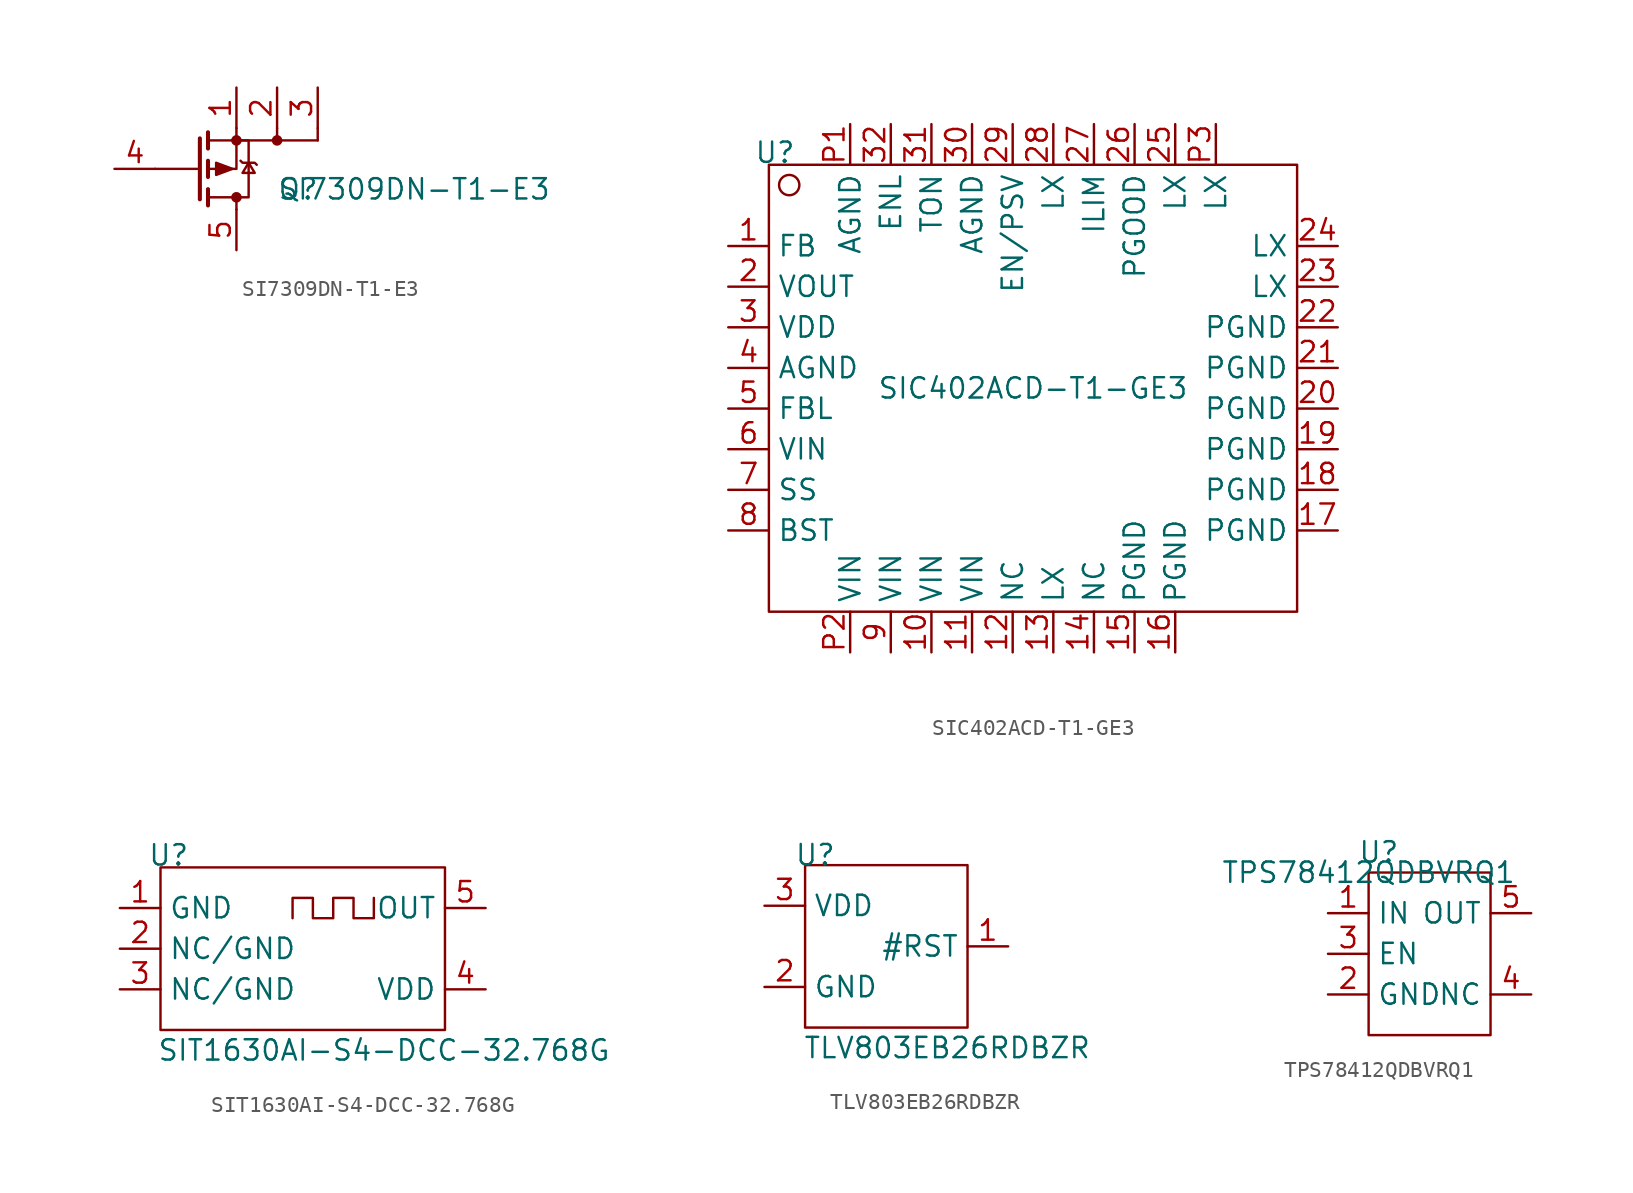
<source format=kicad_sym>
(kicad_symbol_lib
  (version 20231120)
  (generator "kicad_symbol_editor")
  (generator_version "7.99")
  (symbol "SI7309DN-T1-E3"
    (pin_names
      (offset 0) hide)
    (property "Reference" "Q"
      (at 5.08 -1.27 0)
      (effects (font (size 1.27 1.27)) (justify left)))
    (property "Value" "SI7309DN-T1-E3"
      (at 5.08 -1.27 0)
      (effects (font (size 1.27 1.27)) (justify left)))
    (symbol "SI7309DN-T1-E3_0_1"
      (polyline (pts (xy 0.254 -1.905) (xy 0.254 1.905)) (stroke (width 0.254) (type default)) (fill (type none)))
      (polyline (pts (xy 0.254 0) (xy -2.54 0)) (stroke (width 0) (type default)) (fill (type none)))
      (polyline (pts (xy 0.762 -2.286) (xy 0.762 -1.27)) (stroke (width 0.254) (type default)) (fill (type none)))
      (polyline (pts (xy 0.762 -0.508) (xy 0.762 0.508)) (stroke (width 0.254) (type default)) (fill (type none)))
      (polyline (pts (xy 0.762 1.27) (xy 0.762 2.286)) (stroke (width 0.254) (type default)) (fill (type none)))
      (polyline (pts (xy 2.54 -2.54) (xy 2.54 -1.778)) (stroke (width 0) (type default)) (fill (type none)))
      (polyline (pts (xy 2.54 1.778) (xy 7.62 1.778)) (stroke (width 0) (type default)) (fill (type none)))
      (polyline (pts (xy 5.08 2.54) (xy 5.08 1.778)) (stroke (width 0) (type default)) (fill (type none)))
      (polyline (pts (xy 7.62 2.54) (xy 7.62 1.778)) (stroke (width 0) (type default)) (fill (type none)))
      (polyline (pts (xy 2.54 2.54) (xy 2.54 0) (xy 0.762 0)) (stroke (width 0) (type default)) (fill (type none)))
      (polyline (pts (xy 0.762 -1.778) (xy 3.302 -1.778) (xy 3.302 1.778) (xy 0.762 1.778)) (stroke (width 0) (type default)) (fill (type none)))
      (polyline (pts (xy 2.286 0) (xy 1.27 -0.381) (xy 1.27 0.381) (xy 2.286 0)) (stroke (width 0) (type default)) (fill (type outline)))
      (polyline (pts (xy 2.794 0.508) (xy 2.921 0.381) (xy 3.683 0.381) (xy 3.81 0.254)) (stroke (width 0) (type default)) (fill (type none)))
      (polyline (pts (xy 3.302 0.381) (xy 2.921 -0.254) (xy 3.683 -0.254) (xy 3.302 0.381)) (stroke (width 0) (type default)) (fill (type none)))
      (circle (center 2.54 -1.778) (radius 0.254) (stroke (width 0) (type default)) (fill (type outline)))
      (circle (center 2.54 1.778) (radius 0.254) (stroke (width 0) (type default)) (fill (type outline)))
      (circle (center 5.08 1.778) (radius 0.254) (stroke (width 0) (type default)) (fill (type outline))))
    (symbol "SI7309DN-T1-E3_1_1"
      (pin passive line (at 2.54 5.08 270) (length 2.54) (name "1" (effects (font (size 1.27 1.27)))) (number "1" (effects (font (size 1.27 1.27)))))
      (pin passive line (at 5.08 5.08 270) (length 2.54) (name "2" (effects (font (size 1.27 1.27)))) (number "2" (effects (font (size 1.27 1.27)))))
      (pin passive line (at 7.62 5.08 270) (length 2.54) (name "3" (effects (font (size 1.27 1.27)))) (number "3" (effects (font (size 1.27 1.27)))))
      (pin input line (at -5.08 0 0) (length 2.54) (name "4" (effects (font (size 1.27 1.27)))) (number "4" (effects (font (size 1.27 1.27)))))
      (pin passive line (at 2.54 -5.08 90) (length 2.54) (name "5" (effects (font (size 1.27 1.27)))) (number "5" (effects (font (size 1.27 1.27)))))))
  (symbol "SIC402ACD-T1-GE3"
    (property "Reference" "U"
      (at 0.381 0.762 0)
      (effects (font (size 1.27 1.27))))
    (property "Value" "SIC402ACD-T1-GE3"
      (at 16.51 -13.97 0)
      (effects (font (size 1.27 1.27))))
    (symbol "SIC402ACD-T1-GE3_0_1"
      (rectangle (start 0 0) (end 33.02 -27.94) (stroke (width 0) (type default)) (fill (type none)))
      (circle (center 1.27 -1.27) (radius 0.635) (stroke (width 0) (type default)) (fill (type none))))
    (symbol "SIC402ACD-T1-GE3_1_1"
      (pin input line (at -2.54 -5.08 0) (length 2.54) (name "FB" (effects (font (size 1.27 1.27)))) (number "1" (effects (font (size 1.27 1.27)))))
      (pin input line (at 10.16 -30.48 90) (length 2.54) (name "VIN" (effects (font (size 1.27 1.27)))) (number "10" (effects (font (size 1.27 1.27)))))
      (pin input line (at 12.7 -30.48 90) (length 2.54) (name "VIN" (effects (font (size 1.27 1.27)))) (number "11" (effects (font (size 1.27 1.27)))))
      (pin input line (at 15.24 -30.48 90) (length 2.54) (name "NC" (effects (font (size 1.27 1.27)))) (number "12" (effects (font (size 1.27 1.27)))))
      (pin input line (at 17.78 -30.48 90) (length 2.54) (name "LX" (effects (font (size 1.27 1.27)))) (number "13" (effects (font (size 1.27 1.27)))))
      (pin input line (at 20.32 -30.48 90) (length 2.54) (name "NC" (effects (font (size 1.27 1.27)))) (number "14" (effects (font (size 1.27 1.27)))))
      (pin input line (at 22.86 -30.48 90) (length 2.54) (name "PGND" (effects (font (size 1.27 1.27)))) (number "15" (effects (font (size 1.27 1.27)))))
      (pin input line (at 25.4 -30.48 90) (length 2.54) (name "PGND" (effects (font (size 1.27 1.27)))) (number "16" (effects (font (size 1.27 1.27)))))
      (pin input line (at 35.56 -22.86 180) (length 2.54) (name "PGND" (effects (font (size 1.27 1.27)))) (number "17" (effects (font (size 1.27 1.27)))))
      (pin input line (at 35.56 -20.32 180) (length 2.54) (name "PGND" (effects (font (size 1.27 1.27)))) (number "18" (effects (font (size 1.27 1.27)))))
      (pin input line (at 35.56 -17.78 180) (length 2.54) (name "PGND" (effects (font (size 1.27 1.27)))) (number "19" (effects (font (size 1.27 1.27)))))
      (pin input line (at -2.54 -7.62 0) (length 2.54) (name "VOUT" (effects (font (size 1.27 1.27)))) (number "2" (effects (font (size 1.27 1.27)))))
      (pin input line (at 35.56 -15.24 180) (length 2.54) (name "PGND" (effects (font (size 1.27 1.27)))) (number "20" (effects (font (size 1.27 1.27)))))
      (pin input line (at 35.56 -12.7 180) (length 2.54) (name "PGND" (effects (font (size 1.27 1.27)))) (number "21" (effects (font (size 1.27 1.27)))))
      (pin input line (at 35.56 -10.16 180) (length 2.54) (name "PGND" (effects (font (size 1.27 1.27)))) (number "22" (effects (font (size 1.27 1.27)))))
      (pin input line (at 35.56 -7.62 180) (length 2.54) (name "LX" (effects (font (size 1.27 1.27)))) (number "23" (effects (font (size 1.27 1.27)))))
      (pin input line (at 35.56 -5.08 180) (length 2.54) (name "LX" (effects (font (size 1.27 1.27)))) (number "24" (effects (font (size 1.27 1.27)))))
      (pin input line (at 25.4 2.54 270) (length 2.54) (name "LX" (effects (font (size 1.27 1.27)))) (number "25" (effects (font (size 1.27 1.27)))))
      (pin input line (at 22.86 2.54 270) (length 2.54) (name "PGOOD" (effects (font (size 1.27 1.27)))) (number "26" (effects (font (size 1.27 1.27)))))
      (pin input line (at 20.32 2.54 270) (length 2.54) (name "ILIM" (effects (font (size 1.27 1.27)))) (number "27" (effects (font (size 1.27 1.27)))))
      (pin input line (at 17.78 2.54 270) (length 2.54) (name "LX" (effects (font (size 1.27 1.27)))) (number "28" (effects (font (size 1.27 1.27)))))
      (pin input line (at 15.24 2.54 270) (length 2.54) (name "EN/PSV" (effects (font (size 1.27 1.27)))) (number "29" (effects (font (size 1.27 1.27)))))
      (pin input line (at -2.54 -10.16 0) (length 2.54) (name "VDD" (effects (font (size 1.27 1.27)))) (number "3" (effects (font (size 1.27 1.27)))))
      (pin input line (at 12.7 2.54 270) (length 2.54) (name "AGND" (effects (font (size 1.27 1.27)))) (number "30" (effects (font (size 1.27 1.27)))))
      (pin input line (at 10.16 2.54 270) (length 2.54) (name "TON" (effects (font (size 1.27 1.27)))) (number "31" (effects (font (size 1.27 1.27)))))
      (pin input line (at 7.62 2.54 270) (length 2.54) (name "ENL" (effects (font (size 1.27 1.27)))) (number "32" (effects (font (size 1.27 1.27)))))
      (pin input line (at -2.54 -12.7 0) (length 2.54) (name "AGND" (effects (font (size 1.27 1.27)))) (number "4" (effects (font (size 1.27 1.27)))))
      (pin input line (at -2.54 -15.24 0) (length 2.54) (name "FBL" (effects (font (size 1.27 1.27)))) (number "5" (effects (font (size 1.27 1.27)))))
      (pin input line (at -2.54 -17.78 0) (length 2.54) (name "VIN" (effects (font (size 1.27 1.27)))) (number "6" (effects (font (size 1.27 1.27)))))
      (pin input line (at -2.54 -20.32 0) (length 2.54) (name "SS" (effects (font (size 1.27 1.27)))) (number "7" (effects (font (size 1.27 1.27)))))
      (pin input line (at -2.54 -22.86 0) (length 2.54) (name "BST" (effects (font (size 1.27 1.27)))) (number "8" (effects (font (size 1.27 1.27)))))
      (pin input line (at 7.62 -30.48 90) (length 2.54) (name "VIN" (effects (font (size 1.27 1.27)))) (number "9" (effects (font (size 1.27 1.27)))))
      (pin input line (at 5.08 2.54 270) (length 2.54) (name "AGND" (effects (font (size 1.27 1.27)))) (number "P1" (effects (font (size 1.27 1.27)))))
      (pin input line (at 5.08 -30.48 90) (length 2.54) (name "VIN" (effects (font (size 1.27 1.27)))) (number "P2" (effects (font (size 1.27 1.27)))))
      (pin input line (at 27.94 2.54 270) (length 2.54) (name "LX" (effects (font (size 1.27 1.27)))) (number "P3" (effects (font (size 1.27 1.27)))))))
  (symbol "SIT1630AI-S4-DCC-32.768G"
    (property "Reference" "U"
      (at 0.508 0.762 0)
      (effects (font (size 1.27 1.27))))
    (property "Value" "SIT1630AI-S4-DCC-32.768G"
      (at 13.97 -11.43 0)
      (effects (font (size 1.27 1.27))))
    (symbol "SIT1630AI-S4-DCC-32.768G_0_1"
      (polyline (pts (xy 8.255 -3.175) (xy 8.255 -1.905) (xy 9.525 -1.905) (xy 9.525 -3.175) (xy 10.795 -3.175) (xy 10.795 -1.905) (xy 12.065 -1.905) (xy 12.065 -3.175) (xy 13.335 -3.175) (xy 13.335 -1.905)) (stroke (width 0) (type default)) (fill (type none)))
      (rectangle (start 0 0) (end 17.78 -10.16) (stroke (width 0) (type default)) (fill (type none))))
    (symbol "SIT1630AI-S4-DCC-32.768G_1_1"
      (pin input line (at -2.54 -2.54 0) (length 2.54) (name "GND" (effects (font (size 1.27 1.27)))) (number "1" (effects (font (size 1.27 1.27)))))
      (pin input line (at -2.54 -5.08 0) (length 2.54) (name "NC/GND" (effects (font (size 1.27 1.27)))) (number "2" (effects (font (size 1.27 1.27)))))
      (pin input line (at -2.54 -7.62 0) (length 2.54) (name "NC/GND" (effects (font (size 1.27 1.27)))) (number "3" (effects (font (size 1.27 1.27)))))
      (pin input line (at 20.32 -7.62 180) (length 2.54) (name "VDD" (effects (font (size 1.27 1.27)))) (number "4" (effects (font (size 1.27 1.27)))))
      (pin input line (at 20.32 -2.54 180) (length 2.54) (name "OUT" (effects (font (size 1.27 1.27)))) (number "5" (effects (font (size 1.27 1.27)))))))
  (symbol "TLV803EB26RDBZR"
    (property "Reference" "U"
      (at 0.635 0.635 0)
      (effects (font (size 1.27 1.27))))
    (property "Value" "TLV803EB26RDBZR"
      (at 8.89 -11.43 0)
      (effects (font (size 1.27 1.27))))
    (symbol "TLV803EB26RDBZR_0_1"
      (rectangle (start 0 0) (end 10.16 -10.16) (stroke (width 0) (type default)) (fill (type none))))
    (symbol "TLV803EB26RDBZR_1_1"
      (pin input line (at 12.7 -5.08 180) (length 2.54) (name "#RST" (effects (font (size 1.27 1.27)))) (number "1" (effects (font (size 1.27 1.27)))))
      (pin input line (at -2.54 -7.62 0) (length 2.54) (name "GND" (effects (font (size 1.27 1.27)))) (number "2" (effects (font (size 1.27 1.27)))))
      (pin input line (at -2.54 -2.54 0) (length 2.54) (name "VDD" (effects (font (size 1.27 1.27)))) (number "3" (effects (font (size 1.27 1.27)))))))
  (symbol "TPS78412QDBVRQ1"
    (property "Reference" "U"
      (at 0.635 1.27 0)
      (effects (font (size 1.27 1.27))))
    (property "Value" "TPS78412QDBVRQ1"
      (at 0 0 0)
      (effects (font (size 1.27 1.27))))
    (symbol "TPS78412QDBVRQ1_0_1"
      (rectangle (start 0 0) (end 7.62 -10.16) (stroke (width 0) (type default)) (fill (type none))))
    (symbol "TPS78412QDBVRQ1_1_1"
      (pin input line (at -2.54 -2.54 0) (length 2.54) (name "IN" (effects (font (size 1.27 1.27)))) (number "1" (effects (font (size 1.27 1.27)))))
      (pin input line (at -2.54 -7.62 0) (length 2.54) (name "GND" (effects (font (size 1.27 1.27)))) (number "2" (effects (font (size 1.27 1.27)))))
      (pin input line (at -2.54 -5.08 0) (length 2.54) (name "EN" (effects (font (size 1.27 1.27)))) (number "3" (effects (font (size 1.27 1.27)))))
      (pin input line (at 10.16 -7.62 180) (length 2.54) (name "NC" (effects (font (size 1.27 1.27)))) (number "4" (effects (font (size 1.27 1.27)))))
      (pin input line (at 10.16 -2.54 180) (length 2.54) (name "OUT" (effects (font (size 1.27 1.27)))) (number "5" (effects (font (size 1.27 1.27))))))))
</source>
